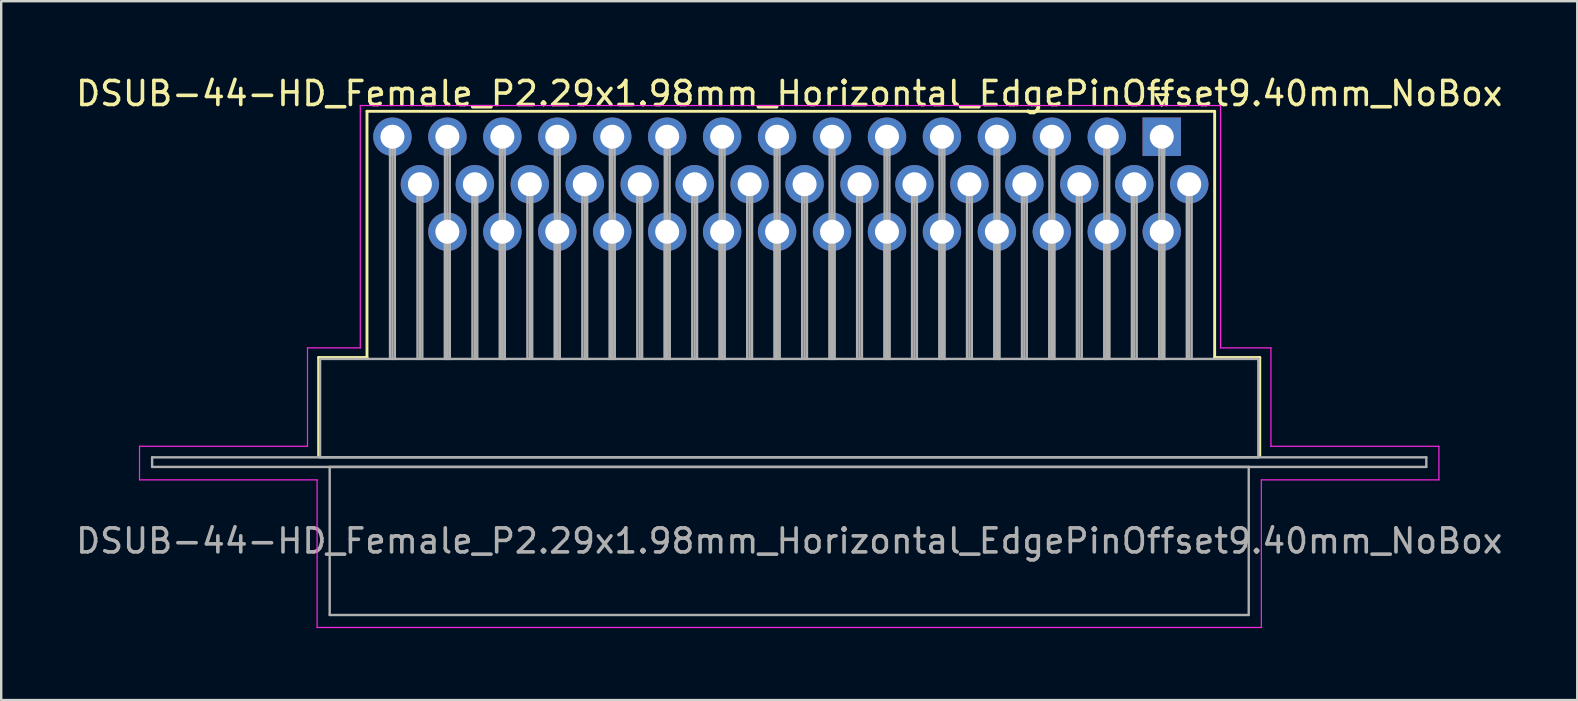
<source format=kicad_pcb>
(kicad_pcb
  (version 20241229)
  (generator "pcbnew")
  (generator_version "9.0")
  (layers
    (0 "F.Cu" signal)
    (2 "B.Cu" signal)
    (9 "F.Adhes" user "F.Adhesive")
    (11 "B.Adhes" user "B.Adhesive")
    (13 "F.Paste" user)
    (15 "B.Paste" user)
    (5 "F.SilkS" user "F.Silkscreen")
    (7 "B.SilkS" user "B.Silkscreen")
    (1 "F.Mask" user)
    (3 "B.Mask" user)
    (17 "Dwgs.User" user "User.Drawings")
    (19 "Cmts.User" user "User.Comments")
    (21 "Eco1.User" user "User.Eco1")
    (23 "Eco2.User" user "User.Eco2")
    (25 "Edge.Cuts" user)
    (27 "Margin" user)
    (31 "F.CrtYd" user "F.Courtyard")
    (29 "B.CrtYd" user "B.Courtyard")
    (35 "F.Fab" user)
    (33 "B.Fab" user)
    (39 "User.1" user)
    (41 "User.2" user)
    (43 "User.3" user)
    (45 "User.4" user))
  (footprint "DSUB-44-HD_Female_P2.29x1.98mm_Horizontal_EdgePinOffset9.40mm_NoBox"
    (layer "F.Cu")
    (at 45.364 2.648)
    (property "Reference" "DSUB-44-HD_Female_P2.29x1.98mm_Horizontal_EdgePinOffset9.40mm_NoBox" (at -15.525 -1.8 0) (layer "F.SilkS") (effects (font (size 1 1) (thickness 0.15))))
    (attr through_hole)
    (fp_line (start -35.135 9.2) (end -33.12 9.2) (stroke (width 0.12) (type solid)) (layer "F.SilkS"))
    (fp_line (start -35.135 13.3) (end -35.135 9.2) (stroke (width 0.12) (type solid)) (layer "F.SilkS"))
    (fp_line (start -33.12 -1.06) (end 2.205 -1.06) (stroke (width 0.12) (type solid)) (layer "F.SilkS"))
    (fp_line (start -33.12 9.2) (end -33.12 -1.06) (stroke (width 0.12) (type solid)) (layer "F.SilkS"))
    (fp_line (start -0.25 -1.754) (end 0.25 -1.754) (stroke (width 0.12) (type solid)) (layer "F.SilkS"))
    (fp_line (start 0 -1.321) (end -0.25 -1.754) (stroke (width 0.12) (type solid)) (layer "F.SilkS"))
    (fp_line (start 0.25 -1.754) (end 0 -1.321) (stroke (width 0.12) (type solid)) (layer "F.SilkS"))
    (fp_line (start 2.205 -1.06) (end 2.205 9.2) (stroke (width 0.12) (type solid)) (layer "F.SilkS"))
    (fp_line (start 2.205 9.2) (end 4.085 9.2) (stroke (width 0.12) (type solid)) (layer "F.SilkS"))
    (fp_line (start 4.085 9.2) (end 4.085 13.3) (stroke (width 0.12) (type solid)) (layer "F.SilkS"))
    (fp_line (start -42.6 12.9) (end -35.6 12.9) (stroke (width 0.05) (type solid)) (layer "F.CrtYd"))
    (fp_line (start -42.6 14.3) (end -42.6 12.9) (stroke (width 0.05) (type solid)) (layer "F.CrtYd"))
    (fp_line (start -35.6 8.8) (end -33.4 8.8) (stroke (width 0.05) (type solid)) (layer "F.CrtYd"))
    (fp_line (start -35.6 12.9) (end -35.6 8.8) (stroke (width 0.05) (type solid)) (layer "F.CrtYd"))
    (fp_line (start -35.2 14.3) (end -42.6 14.3) (stroke (width 0.05) (type solid)) (layer "F.CrtYd"))
    (fp_line (start -35.2 20.45) (end -35.2 14.3) (stroke (width 0.05) (type solid)) (layer "F.CrtYd"))
    (fp_line (start -33.4 -1.3) (end 2.45 -1.3) (stroke (width 0.05) (type solid)) (layer "F.CrtYd"))
    (fp_line (start -33.4 8.8) (end -33.4 -1.3) (stroke (width 0.05) (type solid)) (layer "F.CrtYd"))
    (fp_line (start 2.45 -1.3) (end 2.45 8.8) (stroke (width 0.05) (type solid)) (layer "F.CrtYd"))
    (fp_line (start 2.45 8.8) (end 4.55 8.8) (stroke (width 0.05) (type solid)) (layer "F.CrtYd"))
    (fp_line (start 4.15 14.3) (end 4.15 20.45) (stroke (width 0.05) (type solid)) (layer "F.CrtYd"))
    (fp_line (start 4.15 20.45) (end -35.2 20.45) (stroke (width 0.05) (type solid)) (layer "F.CrtYd"))
    (fp_line (start 4.55 8.8) (end 4.55 12.9) (stroke (width 0.05) (type solid)) (layer "F.CrtYd"))
    (fp_line (start 4.55 12.9) (end 11.55 12.9) (stroke (width 0.05) (type solid)) (layer "F.CrtYd"))
    (fp_line (start 11.55 12.9) (end 11.55 14.3) (stroke (width 0.05) (type solid)) (layer "F.CrtYd"))
    (fp_line (start 11.55 14.3) (end 4.15 14.3) (stroke (width 0.05) (type solid)) (layer "F.CrtYd"))
    (fp_line (start -42.075 13.36) (end -42.075 13.76) (stroke (width 0.1) (type solid)) (layer "F.Fab"))
    (fp_line (start -42.075 13.76) (end 11.025 13.76) (stroke (width 0.1) (type solid)) (layer "F.Fab"))
    (fp_line (start -35.075 9.26) (end -35.075 13.36) (stroke (width 0.1) (type solid)) (layer "F.Fab"))
    (fp_line (start -35.075 13.36) (end 4.025 13.36) (stroke (width 0.1) (type solid)) (layer "F.Fab"))
    (fp_line (start -34.675 13.76) (end -34.675 19.93) (stroke (width 0.1) (type solid)) (layer "F.Fab"))
    (fp_line (start -34.675 19.93) (end 3.625 19.93) (stroke (width 0.1) (type solid)) (layer "F.Fab"))
    (fp_line (start -32.16 0) (end -32.16 9.26) (stroke (width 0.1) (type solid)) (layer "F.Fab"))
    (fp_line (start -32.06 0) (end -32.06 9.26) (stroke (width 0.1) (type solid)) (layer "F.Fab"))
    (fp_line (start -31.96 0) (end -31.96 9.26) (stroke (width 0.1) (type solid)) (layer "F.Fab"))
    (fp_line (start -31.015 1.98) (end -31.015 9.26) (stroke (width 0.1) (type solid)) (layer "F.Fab"))
    (fp_line (start -30.915 1.98) (end -30.915 9.26) (stroke (width 0.1) (type solid)) (layer "F.Fab"))
    (fp_line (start -30.815 1.98) (end -30.815 9.26) (stroke (width 0.1) (type solid)) (layer "F.Fab"))
    (fp_line (start -29.87 0) (end -29.87 9.26) (stroke (width 0.1) (type solid)) (layer "F.Fab"))
    (fp_line (start -29.87 3.96) (end -29.87 9.26) (stroke (width 0.1) (type solid)) (layer "F.Fab"))
    (fp_line (start -29.77 0) (end -29.77 9.26) (stroke (width 0.1) (type solid)) (layer "F.Fab"))
    (fp_line (start -29.77 3.96) (end -29.77 9.26) (stroke (width 0.1) (type solid)) (layer "F.Fab"))
    (fp_line (start -29.67 0) (end -29.67 9.26) (stroke (width 0.1) (type solid)) (layer "F.Fab"))
    (fp_line (start -29.67 3.96) (end -29.67 9.26) (stroke (width 0.1) (type solid)) (layer "F.Fab"))
    (fp_line (start -28.725 1.98) (end -28.725 9.26) (stroke (width 0.1) (type solid)) (layer "F.Fab"))
    (fp_line (start -28.625 1.98) (end -28.625 9.26) (stroke (width 0.1) (type solid)) (layer "F.Fab"))
    (fp_line (start -28.525 1.98) (end -28.525 9.26) (stroke (width 0.1) (type solid)) (layer "F.Fab"))
    (fp_line (start -27.58 0) (end -27.58 9.26) (stroke (width 0.1) (type solid)) (layer "F.Fab"))
    (fp_line (start -27.58 3.96) (end -27.58 9.26) (stroke (width 0.1) (type solid)) (layer "F.Fab"))
    (fp_line (start -27.48 0) (end -27.48 9.26) (stroke (width 0.1) (type solid)) (layer "F.Fab"))
    (fp_line (start -27.48 3.96) (end -27.48 9.26) (stroke (width 0.1) (type solid)) (layer "F.Fab"))
    (fp_line (start -27.38 0) (end -27.38 9.26) (stroke (width 0.1) (type solid)) (layer "F.Fab"))
    (fp_line (start -27.38 3.96) (end -27.38 9.26) (stroke (width 0.1) (type solid)) (layer "F.Fab"))
    (fp_line (start -26.435 1.98) (end -26.435 9.26) (stroke (width 0.1) (type solid)) (layer "F.Fab"))
    (fp_line (start -26.335 1.98) (end -26.335 9.26) (stroke (width 0.1) (type solid)) (layer "F.Fab"))
    (fp_line (start -26.235 1.98) (end -26.235 9.26) (stroke (width 0.1) (type solid)) (layer "F.Fab"))
    (fp_line (start -25.29 0) (end -25.29 9.26) (stroke (width 0.1) (type solid)) (layer "F.Fab"))
    (fp_line (start -25.29 3.96) (end -25.29 9.26) (stroke (width 0.1) (type solid)) (layer "F.Fab"))
    (fp_line (start -25.19 0) (end -25.19 9.26) (stroke (width 0.1) (type solid)) (layer "F.Fab"))
    (fp_line (start -25.19 3.96) (end -25.19 9.26) (stroke (width 0.1) (type solid)) (layer "F.Fab"))
    (fp_line (start -25.09 0) (end -25.09 9.26) (stroke (width 0.1) (type solid)) (layer "F.Fab"))
    (fp_line (start -25.09 3.96) (end -25.09 9.26) (stroke (width 0.1) (type solid)) (layer "F.Fab"))
    (fp_line (start -24.145 1.98) (end -24.145 9.26) (stroke (width 0.1) (type solid)) (layer "F.Fab"))
    (fp_line (start -24.045 1.98) (end -24.045 9.26) (stroke (width 0.1) (type solid)) (layer "F.Fab"))
    (fp_line (start -23.945 1.98) (end -23.945 9.26) (stroke (width 0.1) (type solid)) (layer "F.Fab"))
    (fp_line (start -23 0) (end -23 9.26) (stroke (width 0.1) (type solid)) (layer "F.Fab"))
    (fp_line (start -23 3.96) (end -23 9.26) (stroke (width 0.1) (type solid)) (layer "F.Fab"))
    (fp_line (start -22.9 0) (end -22.9 9.26) (stroke (width 0.1) (type solid)) (layer "F.Fab"))
    (fp_line (start -22.9 3.96) (end -22.9 9.26) (stroke (width 0.1) (type solid)) (layer "F.Fab"))
    (fp_line (start -22.8 0) (end -22.8 9.26) (stroke (width 0.1) (type solid)) (layer "F.Fab"))
    (fp_line (start -22.8 3.96) (end -22.8 9.26) (stroke (width 0.1) (type solid)) (layer "F.Fab"))
    (fp_line (start -21.855 1.98) (end -21.855 9.26) (stroke (width 0.1) (type solid)) (layer "F.Fab"))
    (fp_line (start -21.755 1.98) (end -21.755 9.26) (stroke (width 0.1) (type solid)) (layer "F.Fab"))
    (fp_line (start -21.655 1.98) (end -21.655 9.26) (stroke (width 0.1) (type solid)) (layer "F.Fab"))
    (fp_line (start -20.71 0) (end -20.71 9.26) (stroke (width 0.1) (type solid)) (layer "F.Fab"))
    (fp_line (start -20.71 3.96) (end -20.71 9.26) (stroke (width 0.1) (type solid)) (layer "F.Fab"))
    (fp_line (start -20.61 0) (end -20.61 9.26) (stroke (width 0.1) (type solid)) (layer "F.Fab"))
    (fp_line (start -20.61 3.96) (end -20.61 9.26) (stroke (width 0.1) (type solid)) (layer "F.Fab"))
    (fp_line (start -20.51 0) (end -20.51 9.26) (stroke (width 0.1) (type solid)) (layer "F.Fab"))
    (fp_line (start -20.51 3.96) (end -20.51 9.26) (stroke (width 0.1) (type solid)) (layer "F.Fab"))
    (fp_line (start -19.565 1.98) (end -19.565 9.26) (stroke (width 0.1) (type solid)) (layer "F.Fab"))
    (fp_line (start -19.465 1.98) (end -19.465 9.26) (stroke (width 0.1) (type solid)) (layer "F.Fab"))
    (fp_line (start -19.365 1.98) (end -19.365 9.26) (stroke (width 0.1) (type solid)) (layer "F.Fab"))
    (fp_line (start -18.42 0) (end -18.42 9.26) (stroke (width 0.1) (type solid)) (layer "F.Fab"))
    (fp_line (start -18.42 3.96) (end -18.42 9.26) (stroke (width 0.1) (type solid)) (layer "F.Fab"))
    (fp_line (start -18.32 0) (end -18.32 9.26) (stroke (width 0.1) (type solid)) (layer "F.Fab"))
    (fp_line (start -18.32 3.96) (end -18.32 9.26) (stroke (width 0.1) (type solid)) (layer "F.Fab"))
    (fp_line (start -18.22 0) (end -18.22 9.26) (stroke (width 0.1) (type solid)) (layer "F.Fab"))
    (fp_line (start -18.22 3.96) (end -18.22 9.26) (stroke (width 0.1) (type solid)) (layer "F.Fab"))
    (fp_line (start -17.275 1.98) (end -17.275 9.26) (stroke (width 0.1) (type solid)) (layer "F.Fab"))
    (fp_line (start -17.175 1.98) (end -17.175 9.26) (stroke (width 0.1) (type solid)) (layer "F.Fab"))
    (fp_line (start -17.075 1.98) (end -17.075 9.26) (stroke (width 0.1) (type solid)) (layer "F.Fab"))
    (fp_line (start -16.13 0) (end -16.13 9.26) (stroke (width 0.1) (type solid)) (layer "F.Fab"))
    (fp_line (start -16.13 3.96) (end -16.13 9.26) (stroke (width 0.1) (type solid)) (layer "F.Fab"))
    (fp_line (start -16.03 0) (end -16.03 9.26) (stroke (width 0.1) (type solid)) (layer "F.Fab"))
    (fp_line (start -16.03 3.96) (end -16.03 9.26) (stroke (width 0.1) (type solid)) (layer "F.Fab"))
    (fp_line (start -15.93 0) (end -15.93 9.26) (stroke (width 0.1) (type solid)) (layer "F.Fab"))
    (fp_line (start -15.93 3.96) (end -15.93 9.26) (stroke (width 0.1) (type solid)) (layer "F.Fab"))
    (fp_line (start -14.985 1.98) (end -14.985 9.26) (stroke (width 0.1) (type solid)) (layer "F.Fab"))
    (fp_line (start -14.885 1.98) (end -14.885 9.26) (stroke (width 0.1) (type solid)) (layer "F.Fab"))
    (fp_line (start -14.785 1.98) (end -14.785 9.26) (stroke (width 0.1) (type solid)) (layer "F.Fab"))
    (fp_line (start -13.84 0) (end -13.84 9.26) (stroke (width 0.1) (type solid)) (layer "F.Fab"))
    (fp_line (start -13.84 3.96) (end -13.84 9.26) (stroke (width 0.1) (type solid)) (layer "F.Fab"))
    (fp_line (start -13.74 0) (end -13.74 9.26) (stroke (width 0.1) (type solid)) (layer "F.Fab"))
    (fp_line (start -13.74 3.96) (end -13.74 9.26) (stroke (width 0.1) (type solid)) (layer "F.Fab"))
    (fp_line (start -13.64 0) (end -13.64 9.26) (stroke (width 0.1) (type solid)) (layer "F.Fab"))
    (fp_line (start -13.64 3.96) (end -13.64 9.26) (stroke (width 0.1) (type solid)) (layer "F.Fab"))
    (fp_line (start -12.695 1.98) (end -12.695 9.26) (stroke (width 0.1) (type solid)) (layer "F.Fab"))
    (fp_line (start -12.595 1.98) (end -12.595 9.26) (stroke (width 0.1) (type solid)) (layer "F.Fab"))
    (fp_line (start -12.495 1.98) (end -12.495 9.26) (stroke (width 0.1) (type solid)) (layer "F.Fab"))
    (fp_line (start -11.55 0) (end -11.55 9.26) (stroke (width 0.1) (type solid)) (layer "F.Fab"))
    (fp_line (start -11.55 3.96) (end -11.55 9.26) (stroke (width 0.1) (type solid)) (layer "F.Fab"))
    (fp_line (start -11.45 0) (end -11.45 9.26) (stroke (width 0.1) (type solid)) (layer "F.Fab"))
    (fp_line (start -11.45 3.96) (end -11.45 9.26) (stroke (width 0.1) (type solid)) (layer "F.Fab"))
    (fp_line (start -11.35 0) (end -11.35 9.26) (stroke (width 0.1) (type solid)) (layer "F.Fab"))
    (fp_line (start -11.35 3.96) (end -11.35 9.26) (stroke (width 0.1) (type solid)) (layer "F.Fab"))
    (fp_line (start -10.405 1.98) (end -10.405 9.26) (stroke (width 0.1) (type solid)) (layer "F.Fab"))
    (fp_line (start -10.305 1.98) (end -10.305 9.26) (stroke (width 0.1) (type solid)) (layer "F.Fab"))
    (fp_line (start -10.205 1.98) (end -10.205 9.26) (stroke (width 0.1) (type solid)) (layer "F.Fab"))
    (fp_line (start -9.26 0) (end -9.26 9.26) (stroke (width 0.1) (type solid)) (layer "F.Fab"))
    (fp_line (start -9.26 3.96) (end -9.26 9.26) (stroke (width 0.1) (type solid)) (layer "F.Fab"))
    (fp_line (start -9.16 0) (end -9.16 9.26) (stroke (width 0.1) (type solid)) (layer "F.Fab"))
    (fp_line (start -9.16 3.96) (end -9.16 9.26) (stroke (width 0.1) (type solid)) (layer "F.Fab"))
    (fp_line (start -9.06 0) (end -9.06 9.26) (stroke (width 0.1) (type solid)) (layer "F.Fab"))
    (fp_line (start -9.06 3.96) (end -9.06 9.26) (stroke (width 0.1) (type solid)) (layer "F.Fab"))
    (fp_line (start -8.115 1.98) (end -8.115 9.26) (stroke (width 0.1) (type solid)) (layer "F.Fab"))
    (fp_line (start -8.015 1.98) (end -8.015 9.26) (stroke (width 0.1) (type solid)) (layer "F.Fab"))
    (fp_line (start -7.915 1.98) (end -7.915 9.26) (stroke (width 0.1) (type solid)) (layer "F.Fab"))
    (fp_line (start -6.97 0) (end -6.97 9.26) (stroke (width 0.1) (type solid)) (layer "F.Fab"))
    (fp_line (start -6.97 3.96) (end -6.97 9.26) (stroke (width 0.1) (type solid)) (layer "F.Fab"))
    (fp_line (start -6.87 0) (end -6.87 9.26) (stroke (width 0.1) (type solid)) (layer "F.Fab"))
    (fp_line (start -6.87 3.96) (end -6.87 9.26) (stroke (width 0.1) (type solid)) (layer "F.Fab"))
    (fp_line (start -6.77 0) (end -6.77 9.26) (stroke (width 0.1) (type solid)) (layer "F.Fab"))
    (fp_line (start -6.77 3.96) (end -6.77 9.26) (stroke (width 0.1) (type solid)) (layer "F.Fab"))
    (fp_line (start -5.825 1.98) (end -5.825 9.26) (stroke (width 0.1) (type solid)) (layer "F.Fab"))
    (fp_line (start -5.725 1.98) (end -5.725 9.26) (stroke (width 0.1) (type solid)) (layer "F.Fab"))
    (fp_line (start -5.625 1.98) (end -5.625 9.26) (stroke (width 0.1) (type solid)) (layer "F.Fab"))
    (fp_line (start -4.68 0) (end -4.68 9.26) (stroke (width 0.1) (type solid)) (layer "F.Fab"))
    (fp_line (start -4.68 3.96) (end -4.68 9.26) (stroke (width 0.1) (type solid)) (layer "F.Fab"))
    (fp_line (start -4.58 0) (end -4.58 9.26) (stroke (width 0.1) (type solid)) (layer "F.Fab"))
    (fp_line (start -4.58 3.96) (end -4.58 9.26) (stroke (width 0.1) (type solid)) (layer "F.Fab"))
    (fp_line (start -4.48 0) (end -4.48 9.26) (stroke (width 0.1) (type solid)) (layer "F.Fab"))
    (fp_line (start -4.48 3.96) (end -4.48 9.26) (stroke (width 0.1) (type solid)) (layer "F.Fab"))
    (fp_line (start -3.535 1.98) (end -3.535 9.26) (stroke (width 0.1) (type solid)) (layer "F.Fab"))
    (fp_line (start -3.435 1.98) (end -3.435 9.26) (stroke (width 0.1) (type solid)) (layer "F.Fab"))
    (fp_line (start -3.335 1.98) (end -3.335 9.26) (stroke (width 0.1) (type solid)) (layer "F.Fab"))
    (fp_line (start -2.39 0) (end -2.39 9.26) (stroke (width 0.1) (type solid)) (layer "F.Fab"))
    (fp_line (start -2.39 3.96) (end -2.39 9.26) (stroke (width 0.1) (type solid)) (layer "F.Fab"))
    (fp_line (start -2.29 0) (end -2.29 9.26) (stroke (width 0.1) (type solid)) (layer "F.Fab"))
    (fp_line (start -2.29 3.96) (end -2.29 9.26) (stroke (width 0.1) (type solid)) (layer "F.Fab"))
    (fp_line (start -2.19 0) (end -2.19 9.26) (stroke (width 0.1) (type solid)) (layer "F.Fab"))
    (fp_line (start -2.19 3.96) (end -2.19 9.26) (stroke (width 0.1) (type solid)) (layer "F.Fab"))
    (fp_line (start -1.245 1.98) (end -1.245 9.26) (stroke (width 0.1) (type solid)) (layer "F.Fab"))
    (fp_line (start -1.145 1.98) (end -1.145 9.26) (stroke (width 0.1) (type solid)) (layer "F.Fab"))
    (fp_line (start -1.045 1.98) (end -1.045 9.26) (stroke (width 0.1) (type solid)) (layer "F.Fab"))
    (fp_line (start -0.1 0) (end -0.1 9.26) (stroke (width 0.1) (type solid)) (layer "F.Fab"))
    (fp_line (start -0.1 3.96) (end -0.1 9.26) (stroke (width 0.1) (type solid)) (layer "F.Fab"))
    (fp_line (start 0 0) (end 0 9.26) (stroke (width 0.1) (type solid)) (layer "F.Fab"))
    (fp_line (start 0 3.96) (end 0 9.26) (stroke (width 0.1) (type solid)) (layer "F.Fab"))
    (fp_line (start 0.1 0) (end 0.1 9.26) (stroke (width 0.1) (type solid)) (layer "F.Fab"))
    (fp_line (start 0.1 3.96) (end 0.1 9.26) (stroke (width 0.1) (type solid)) (layer "F.Fab"))
    (fp_line (start 1.045 1.98) (end 1.045 9.26) (stroke (width 0.1) (type solid)) (layer "F.Fab"))
    (fp_line (start 1.145 1.98) (end 1.145 9.26) (stroke (width 0.1) (type solid)) (layer "F.Fab"))
    (fp_line (start 1.245 1.98) (end 1.245 9.26) (stroke (width 0.1) (type solid)) (layer "F.Fab"))
    (fp_line (start 3.625 13.76) (end -34.675 13.76) (stroke (width 0.1) (type solid)) (layer "F.Fab"))
    (fp_line (start 3.625 19.93) (end 3.625 13.76) (stroke (width 0.1) (type solid)) (layer "F.Fab"))
    (fp_line (start 4.025 9.26) (end -35.075 9.26) (stroke (width 0.1) (type solid)) (layer "F.Fab"))
    (fp_line (start 4.025 13.36) (end 4.025 9.26) (stroke (width 0.1) (type solid)) (layer "F.Fab"))
    (fp_line (start 11.025 13.36) (end -42.075 13.36) (stroke (width 0.1) (type solid)) (layer "F.Fab"))
    (fp_line (start 11.025 13.76) (end 11.025 13.36) (stroke (width 0.1) (type solid)) (layer "F.Fab"))
    (fp_text user "${REFERENCE}" (at -15.525 16.845 0) (layer "F.Fab") (effects (font (size 1 1) (thickness 0.15))))
    (pad "1" thru_hole rect (at 0 0) (size 1.6 1.6) (drill 1) (layers "*.Cu" "*.Mask"))
    (pad "2" thru_hole circle (at -2.29 0) (size 1.6 1.6) (drill 1) (layers "*.Cu" "*.Mask"))
    (pad "3" thru_hole circle (at -4.58 0) (size 1.6 1.6) (drill 1) (layers "*.Cu" "*.Mask"))
    (pad "4" thru_hole circle (at -6.87 0) (size 1.6 1.6) (drill 1) (layers "*.Cu" "*.Mask"))
    (pad "5" thru_hole circle (at -9.16 0) (size 1.6 1.6) (drill 1) (layers "*.Cu" "*.Mask"))
    (pad "6" thru_hole circle (at -11.45 0) (size 1.6 1.6) (drill 1) (layers "*.Cu" "*.Mask"))
    (pad "7" thru_hole circle (at -13.74 0) (size 1.6 1.6) (drill 1) (layers "*.Cu" "*.Mask"))
    (pad "8" thru_hole circle (at -16.03 0) (size 1.6 1.6) (drill 1) (layers "*.Cu" "*.Mask"))
    (pad "9" thru_hole circle (at -18.32 0) (size 1.6 1.6) (drill 1) (layers "*.Cu" "*.Mask"))
    (pad "10" thru_hole circle (at -20.61 0) (size 1.6 1.6) (drill 1) (layers "*.Cu" "*.Mask"))
    (pad "11" thru_hole circle (at -22.9 0) (size 1.6 1.6) (drill 1) (layers "*.Cu" "*.Mask"))
    (pad "12" thru_hole circle (at -25.19 0) (size 1.6 1.6) (drill 1) (layers "*.Cu" "*.Mask"))
    (pad "13" thru_hole circle (at -27.48 0) (size 1.6 1.6) (drill 1) (layers "*.Cu" "*.Mask"))
    (pad "14" thru_hole circle (at -29.77 0) (size 1.6 1.6) (drill 1) (layers "*.Cu" "*.Mask"))
    (pad "15" thru_hole circle (at -32.06 0) (size 1.6 1.6) (drill 1) (layers "*.Cu" "*.Mask"))
    (pad "16" thru_hole circle (at 1.145 1.98) (size 1.6 1.6) (drill 1) (layers "*.Cu" "*.Mask"))
    (pad "17" thru_hole circle (at -1.145 1.98) (size 1.6 1.6) (drill 1) (layers "*.Cu" "*.Mask"))
    (pad "18" thru_hole circle (at -3.435 1.98) (size 1.6 1.6) (drill 1) (layers "*.Cu" "*.Mask"))
    (pad "19" thru_hole circle (at -5.725 1.98) (size 1.6 1.6) (drill 1) (layers "*.Cu" "*.Mask"))
    (pad "20" thru_hole circle (at -8.015 1.98) (size 1.6 1.6) (drill 1) (layers "*.Cu" "*.Mask"))
    (pad "21" thru_hole circle (at -10.305 1.98) (size 1.6 1.6) (drill 1) (layers "*.Cu" "*.Mask"))
    (pad "22" thru_hole circle (at -12.595 1.98) (size 1.6 1.6) (drill 1) (layers "*.Cu" "*.Mask"))
    (pad "23" thru_hole circle (at -14.885 1.98) (size 1.6 1.6) (drill 1) (layers "*.Cu" "*.Mask"))
    (pad "24" thru_hole circle (at -17.175 1.98) (size 1.6 1.6) (drill 1) (layers "*.Cu" "*.Mask"))
    (pad "25" thru_hole circle (at -19.465 1.98) (size 1.6 1.6) (drill 1) (layers "*.Cu" "*.Mask"))
    (pad "26" thru_hole circle (at -21.755 1.98) (size 1.6 1.6) (drill 1) (layers "*.Cu" "*.Mask"))
    (pad "27" thru_hole circle (at -24.045 1.98) (size 1.6 1.6) (drill 1) (layers "*.Cu" "*.Mask"))
    (pad "28" thru_hole circle (at -26.335 1.98) (size 1.6 1.6) (drill 1) (layers "*.Cu" "*.Mask"))
    (pad "29" thru_hole circle (at -28.625 1.98) (size 1.6 1.6) (drill 1) (layers "*.Cu" "*.Mask"))
    (pad "30" thru_hole circle (at -30.915 1.98) (size 1.6 1.6) (drill 1) (layers "*.Cu" "*.Mask"))
    (pad "31" thru_hole circle (at 0 3.96) (size 1.6 1.6) (drill 1) (layers "*.Cu" "*.Mask"))
    (pad "32" thru_hole circle (at -2.29 3.96) (size 1.6 1.6) (drill 1) (layers "*.Cu" "*.Mask"))
    (pad "33" thru_hole circle (at -4.58 3.96) (size 1.6 1.6) (drill 1) (layers "*.Cu" "*.Mask"))
    (pad "34" thru_hole circle (at -6.87 3.96) (size 1.6 1.6) (drill 1) (layers "*.Cu" "*.Mask"))
    (pad "35" thru_hole circle (at -9.16 3.96) (size 1.6 1.6) (drill 1) (layers "*.Cu" "*.Mask"))
    (pad "36" thru_hole circle (at -11.45 3.96) (size 1.6 1.6) (drill 1) (layers "*.Cu" "*.Mask"))
    (pad "37" thru_hole circle (at -13.74 3.96) (size 1.6 1.6) (drill 1) (layers "*.Cu" "*.Mask"))
    (pad "38" thru_hole circle (at -16.03 3.96) (size 1.6 1.6) (drill 1) (layers "*.Cu" "*.Mask"))
    (pad "39" thru_hole circle (at -18.32 3.96) (size 1.6 1.6) (drill 1) (layers "*.Cu" "*.Mask"))
    (pad "40" thru_hole circle (at -20.61 3.96) (size 1.6 1.6) (drill 1) (layers "*.Cu" "*.Mask"))
    (pad "41" thru_hole circle (at -22.9 3.96) (size 1.6 1.6) (drill 1) (layers "*.Cu" "*.Mask"))
    (pad "42" thru_hole circle (at -25.19 3.96) (size 1.6 1.6) (drill 1) (layers "*.Cu" "*.Mask"))
    (pad "43" thru_hole circle (at -27.48 3.96) (size 1.6 1.6) (drill 1) (layers "*.Cu" "*.Mask"))
    (pad "44" thru_hole circle (at -29.77 3.96) (size 1.6 1.6) (drill 1) (layers "*.Cu" "*.Mask")))
  (gr_rect
    (start -3 -3)
    (end 62.679 26.123)
    (stroke (width 0.1) (type default))
    (fill no)
    (layer "Edge.Cuts")))
</source>
